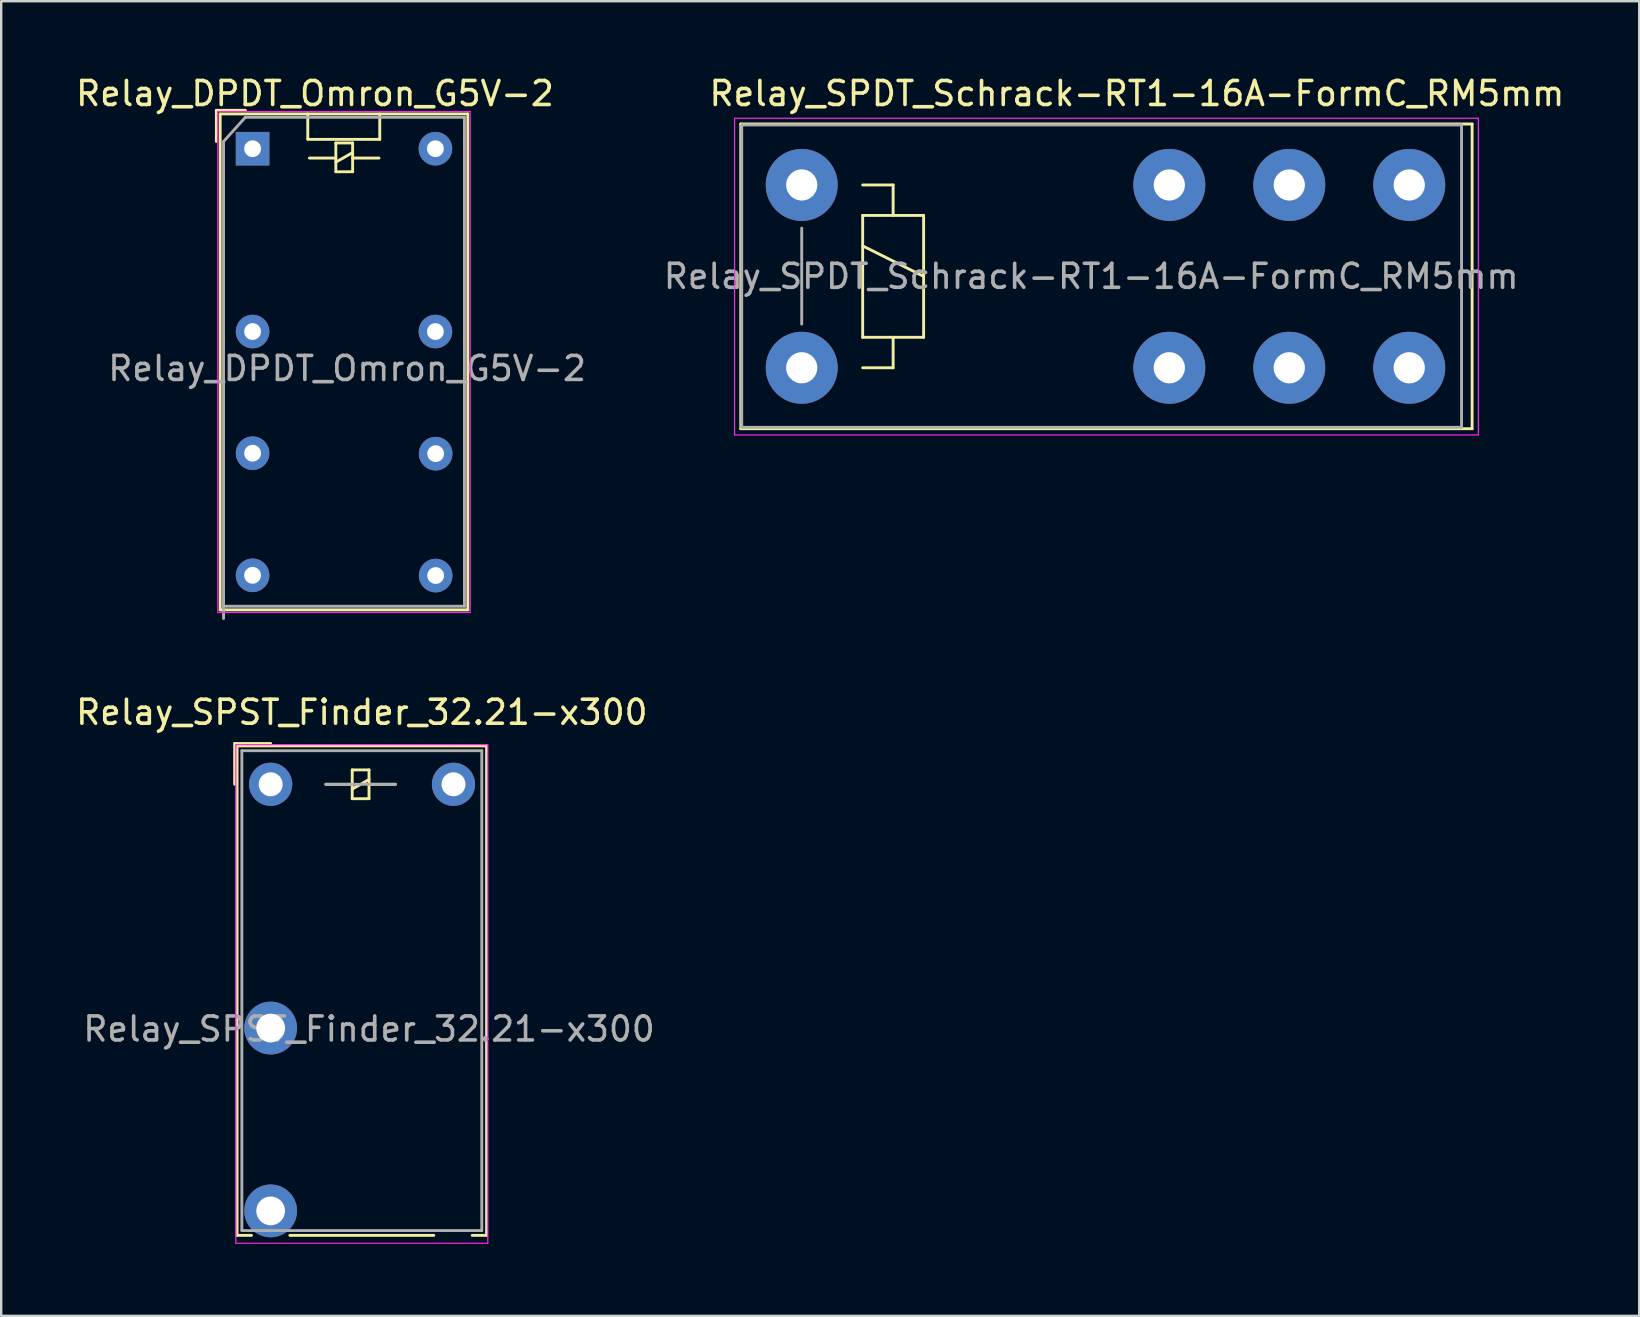
<source format=kicad_pcb>
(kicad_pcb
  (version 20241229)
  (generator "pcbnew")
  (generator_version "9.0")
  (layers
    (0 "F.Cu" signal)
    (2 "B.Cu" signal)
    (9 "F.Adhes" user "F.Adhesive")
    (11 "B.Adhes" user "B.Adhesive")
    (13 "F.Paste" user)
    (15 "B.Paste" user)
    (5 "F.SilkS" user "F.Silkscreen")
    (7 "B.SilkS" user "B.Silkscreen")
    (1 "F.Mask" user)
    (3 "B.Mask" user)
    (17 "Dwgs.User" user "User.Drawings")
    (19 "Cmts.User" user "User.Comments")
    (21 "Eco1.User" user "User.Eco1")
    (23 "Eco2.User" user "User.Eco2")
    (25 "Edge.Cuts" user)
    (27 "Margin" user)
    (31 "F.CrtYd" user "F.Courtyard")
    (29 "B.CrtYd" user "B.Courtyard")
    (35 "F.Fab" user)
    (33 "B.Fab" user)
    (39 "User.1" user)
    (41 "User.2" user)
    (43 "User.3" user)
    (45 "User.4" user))
  (footprint "Relay_SPDT_Schrack-RT1-16A-FormC_RM5mm"
    (layer "F.Cu")
    (at 30.364 4.658)
    (property "Reference" "Relay_SPDT_Schrack-RT1-16A-FormC_RM5mm" (at 13.97 -3.81 0) (layer "F.SilkS") (effects (font (size 1 1) (thickness 0.15))))
    (attr through_hole)
    (fp_line (start -2.54 -2.54) (end 27.94 -2.54) (stroke (width 0.12) (type solid)) (layer "F.SilkS"))
    (fp_line (start -2.54 10.16) (end -2.54 -2.54) (stroke (width 0.12) (type solid)) (layer "F.SilkS"))
    (fp_line (start 2.54 0) (end 3.81 0) (stroke (width 0.12) (type solid)) (layer "F.SilkS"))
    (fp_line (start 2.54 1.27) (end 3.81 1.27) (stroke (width 0.12) (type solid)) (layer "F.SilkS"))
    (fp_line (start 2.54 2.54) (end 5.08 3.81) (stroke (width 0.12) (type solid)) (layer "F.SilkS"))
    (fp_line (start 2.54 6.35) (end 2.54 1.27) (stroke (width 0.12) (type solid)) (layer "F.SilkS"))
    (fp_line (start 3.81 0) (end 3.81 1.27) (stroke (width 0.12) (type solid)) (layer "F.SilkS"))
    (fp_line (start 3.81 1.27) (end 5.08 1.27) (stroke (width 0.12) (type solid)) (layer "F.SilkS"))
    (fp_line (start 3.81 6.35) (end 3.81 7.62) (stroke (width 0.12) (type solid)) (layer "F.SilkS"))
    (fp_line (start 3.81 7.62) (end 2.54 7.62) (stroke (width 0.12) (type solid)) (layer "F.SilkS"))
    (fp_line (start 5.08 1.27) (end 5.08 6.35) (stroke (width 0.12) (type solid)) (layer "F.SilkS"))
    (fp_line (start 5.08 6.35) (end 2.54 6.35) (stroke (width 0.12) (type solid)) (layer "F.SilkS"))
    (fp_line (start 27.94 -2.54) (end 27.94 10.16) (stroke (width 0.12) (type solid)) (layer "F.SilkS"))
    (fp_line (start 27.94 10.16) (end -2.54 10.16) (stroke (width 0.12) (type solid)) (layer "F.SilkS"))
    (fp_line (start -2.8 -2.78) (end 28.2 -2.78) (stroke (width 0.05) (type solid)) (layer "F.CrtYd"))
    (fp_line (start -2.8 10.42) (end -2.8 -2.78) (stroke (width 0.05) (type solid)) (layer "F.CrtYd"))
    (fp_line (start 28.2 -2.78) (end 28.2 10.42) (stroke (width 0.05) (type solid)) (layer "F.CrtYd"))
    (fp_line (start 28.2 10.42) (end -2.8 10.42) (stroke (width 0.05) (type solid)) (layer "F.CrtYd"))
    (fp_line (start -2.5 -2.5) (end 27.5 -2.5) (stroke (width 0.12) (type solid)) (layer "F.Fab"))
    (fp_line (start -2.5 10.1) (end -2.5 -2.5) (stroke (width 0.12) (type solid)) (layer "F.Fab"))
    (fp_line (start 0 1.8) (end 0 5.8) (stroke (width 0.12) (type solid)) (layer "F.Fab"))
    (fp_line (start 27.5 -2.5) (end 27.5 10.1) (stroke (width 0.12) (type solid)) (layer "F.Fab"))
    (fp_line (start 27.5 10.1) (end -2.5 10.1) (stroke (width 0.12) (type solid)) (layer "F.Fab"))
    (fp_text user "${REFERENCE}" (at 12.065 3.81 0) (layer "F.Fab") (effects (font (size 1 1) (thickness 0.15))))
    (pad "11" thru_hole circle (at 20.32 0) (size 3 3) (drill 1.3) (layers "*.Cu" "*.Mask"))
    (pad "11" thru_hole circle (at 20.32 7.62) (size 3 3) (drill 1.3) (layers "*.Cu" "*.Mask"))
    (pad "12" thru_hole circle (at 15.32 0) (size 3 3) (drill 1.3) (layers "*.Cu" "*.Mask"))
    (pad "12" thru_hole circle (at 15.32 7.62) (size 3 3) (drill 1.3) (layers "*.Cu" "*.Mask"))
    (pad "14" thru_hole circle (at 25.32 0) (size 3 3) (drill 1.3) (layers "*.Cu" "*.Mask"))
    (pad "14" thru_hole circle (at 25.32 7.62) (size 3 3) (drill 1.3) (layers "*.Cu" "*.Mask"))
    (pad "A1" thru_hole circle (at 0 0) (size 3 3) (drill 1.3) (layers "*.Cu" "*.Mask"))
    (pad "A2" thru_hole circle (at 0 7.62) (size 3 3) (drill 1.3) (layers "*.Cu" "*.Mask")))
  (footprint "Relay_SPST_Finder_32.21-x300"
    (layer "F.Cu")
    (at 8.23 29.637)
    (property "Reference" "Relay_SPST_Finder_32.21-x300" (at 3.8 -3 0) (layer "F.SilkS") (effects (font (size 1 1) (thickness 0.15))))
    (attr through_hole)
    (fp_line (start -1.5 -1.7) (end 0 -1.7) (stroke (width 0.12) (type solid)) (layer "F.SilkS"))
    (fp_line (start -1.5 0) (end -1.5 -1.7) (stroke (width 0.12) (type solid)) (layer "F.SilkS"))
    (fp_line (start -1.4 -1.6) (end 9 -1.6) (stroke (width 0.12) (type solid)) (layer "F.SilkS"))
    (fp_line (start -1.4 18.8) (end -1.4 -1.6) (stroke (width 0.12) (type solid)) (layer "F.SilkS"))
    (fp_line (start -0.8 18.8) (end -1.4 18.8) (stroke (width 0.12) (type solid)) (layer "F.SilkS"))
    (fp_line (start 3.4 -0.6) (end 3.4 0.6) (stroke (width 0.12) (type solid)) (layer "F.SilkS"))
    (fp_line (start 3.4 0) (end 2.3 0) (stroke (width 0.12) (type solid)) (layer "F.SilkS"))
    (fp_line (start 3.4 0.2) (end 4.1 -0.2) (stroke (width 0.12) (type solid)) (layer "F.SilkS"))
    (fp_line (start 3.4 0.6) (end 4.1 0.6) (stroke (width 0.12) (type solid)) (layer "F.SilkS"))
    (fp_line (start 4.1 -0.6) (end 3.4 -0.6) (stroke (width 0.12) (type solid)) (layer "F.SilkS"))
    (fp_line (start 4.1 0) (end 5.2 0) (stroke (width 0.12) (type solid)) (layer "F.SilkS"))
    (fp_line (start 4.1 0.6) (end 4.1 -0.6) (stroke (width 0.12) (type solid)) (layer "F.SilkS"))
    (fp_line (start 6.8 18.8) (end 0.8 18.8) (stroke (width 0.12) (type solid)) (layer "F.SilkS"))
    (fp_line (start 9 -1.6) (end 9 18.8) (stroke (width 0.12) (type solid)) (layer "F.SilkS"))
    (fp_line (start 9 18.8) (end 8.4 18.8) (stroke (width 0.12) (type solid)) (layer "F.SilkS"))
    (fp_line (start -1.45 -1.65) (end -1.45 19.13) (stroke (width 0.05) (type solid)) (layer "F.CrtYd"))
    (fp_line (start -1.45 -1.65) (end 9.05 -1.65) (stroke (width 0.05) (type solid)) (layer "F.CrtYd"))
    (fp_line (start 9.05 19.13) (end -1.45 19.13) (stroke (width 0.05) (type solid)) (layer "F.CrtYd"))
    (fp_line (start 9.05 19.13) (end 9.05 -1.65) (stroke (width 0.05) (type solid)) (layer "F.CrtYd"))
    (fp_line (start -1.2 -1.4) (end 8.8 -1.4) (stroke (width 0.12) (type solid)) (layer "F.Fab"))
    (fp_line (start -1.2 18.6) (end -1.2 -1.4) (stroke (width 0.12) (type solid)) (layer "F.Fab"))
    (fp_line (start 2.3 0) (end 5.2 0) (stroke (width 0.12) (type solid)) (layer "F.Fab"))
    (fp_line (start 8.8 -1.4) (end 8.8 18.6) (stroke (width 0.12) (type solid)) (layer "F.Fab"))
    (fp_line (start 8.8 18.6) (end -1.2 18.6) (stroke (width 0.12) (type solid)) (layer "F.Fab"))
    (fp_text user "${REFERENCE}" (at 4.1 10.2 0) (layer "F.Fab") (effects (font (size 1 1) (thickness 0.15))))
    (pad "11" thru_hole circle (at 0 10.16) (size 2.2 2.2) (drill 1.2) (layers "*.Cu" "*.Mask"))
    (pad "14" thru_hole circle (at 0 17.78) (size 2.2 2.2) (drill 1.2) (layers "*.Cu" "*.Mask"))
    (pad "A1" thru_hole circle (at 0 0) (size 1.8 1.8) (drill 1) (layers "*.Cu" "*.Mask"))
    (pad "A2" thru_hole circle (at 7.62 0) (size 1.8 1.8) (drill 1) (layers "*.Cu" "*.Mask")))
  (footprint "Relay_DPDT_Omron_G5V-2"
    (layer "F.Cu")
    (at 7.477 3.148)
    (property "Reference" "Relay_DPDT_Omron_G5V-2" (at 2.6 -2.3 0) (layer "F.SilkS") (effects (font (size 1 1) (thickness 0.15))))
    (attr through_hole)
    (fp_line (start -1.51 -1.6) (end -0.3 -1.6) (stroke (width 0.12) (type solid)) (layer "F.SilkS"))
    (fp_line (start -1.51 -0.3) (end -1.51 -1.6) (stroke (width 0.12) (type solid)) (layer "F.SilkS"))
    (fp_line (start -1.35 -1.45) (end -1.35 19.22) (stroke (width 0.12) (type solid)) (layer "F.SilkS"))
    (fp_line (start -1.35 19.22) (end 8.97 19.22) (stroke (width 0.12) (type solid)) (layer "F.SilkS"))
    (fp_line (start 2.3 -1.45) (end 2.3 -0.41) (stroke (width 0.12) (type solid)) (layer "F.SilkS"))
    (fp_line (start 2.3 -0.39) (end 5.3 -0.39) (stroke (width 0.12) (type solid)) (layer "F.SilkS"))
    (fp_line (start 3.47 -0.24) (end 3.47 0.96) (stroke (width 0.12) (type solid)) (layer "F.SilkS"))
    (fp_line (start 3.47 0.39) (end 2.37 0.39) (stroke (width 0.12) (type solid)) (layer "F.SilkS"))
    (fp_line (start 3.47 0.56) (end 4.17 0.16) (stroke (width 0.12) (type solid)) (layer "F.SilkS"))
    (fp_line (start 3.47 0.96) (end 4.17 0.96) (stroke (width 0.12) (type solid)) (layer "F.SilkS"))
    (fp_line (start 4.17 -0.24) (end 3.47 -0.24) (stroke (width 0.12) (type solid)) (layer "F.SilkS"))
    (fp_line (start 4.17 0.39) (end 5.27 0.39) (stroke (width 0.12) (type solid)) (layer "F.SilkS"))
    (fp_line (start 4.17 0.96) (end 4.17 -0.24) (stroke (width 0.12) (type solid)) (layer "F.SilkS"))
    (fp_line (start 5.3 -0.39) (end 5.3 -1.45) (stroke (width 0.12) (type solid)) (layer "F.SilkS"))
    (fp_line (start 8.97 -1.45) (end -1.35 -1.45) (stroke (width 0.12) (type solid)) (layer "F.SilkS"))
    (fp_line (start 8.97 19.22) (end 8.97 -1.45) (stroke (width 0.12) (type solid)) (layer "F.SilkS"))
    (fp_line (start -1.45 -1.55) (end -1.45 19.33) (stroke (width 0.05) (type solid)) (layer "F.CrtYd"))
    (fp_line (start -1.45 -1.55) (end 9.07 -1.55) (stroke (width 0.05) (type solid)) (layer "F.CrtYd"))
    (fp_line (start 9.07 -1.55) (end 9.07 19.33) (stroke (width 0.05) (type solid)) (layer "F.CrtYd"))
    (fp_line (start 9.07 19.33) (end -1.45 19.33) (stroke (width 0.05) (type solid)) (layer "F.CrtYd"))
    (fp_line (start -1.21 -0.3) (end -1.21 19.58) (stroke (width 0.12) (type solid)) (layer "F.Fab"))
    (fp_line (start -1.21 -0.3) (end -0.3 -1.31) (stroke (width 0.12) (type solid)) (layer "F.Fab"))
    (fp_line (start -1.21 19.07) (end 8.83 19.07) (stroke (width 0.12) (type solid)) (layer "F.Fab"))
    (fp_line (start 8.83 -1.31) (end -0.3 -1.31) (stroke (width 0.12) (type solid)) (layer "F.Fab"))
    (fp_line (start 8.83 19.07) (end 8.83 -1.31) (stroke (width 0.12) (type solid)) (layer "F.Fab"))
    (fp_text user "${REFERENCE}" (at 3.94 9.16 0) (layer "F.Fab") (effects (font (size 1 1) (thickness 0.15))))
    (pad "1" thru_hole rect (at 0 0) (size 1.4 1.4) (drill 0.7) (layers "*.Cu" "*.Mask"))
    (pad "4" thru_hole circle (at 0 7.62) (size 1.4 1.4) (drill 0.7) (layers "*.Cu" "*.Mask"))
    (pad "6" thru_hole circle (at 0 12.69) (size 1.4 1.4) (drill 0.7) (layers "*.Cu" "*.Mask"))
    (pad "8" thru_hole circle (at 0 17.78) (size 1.4 1.4) (drill 0.7) (layers "*.Cu" "*.Mask"))
    (pad "9" thru_hole circle (at 7.63 17.79) (size 1.4 1.4) (drill 0.7) (layers "*.Cu" "*.Mask"))
    (pad "11" thru_hole circle (at 7.63 12.71) (size 1.4 1.4) (drill 0.7) (layers "*.Cu" "*.Mask"))
    (pad "13" thru_hole circle (at 7.62 7.62) (size 1.4 1.4) (drill 0.7) (layers "*.Cu" "*.Mask"))
    (pad "16" thru_hole circle (at 7.62 0) (size 1.4 1.4) (drill 0.7) (layers "*.Cu" "*.Mask")))
  (gr_rect
    (start -3 -3)
    (end 65.269 51.791)
    (stroke (width 0.1) (type default))
    (fill no)
    (layer "Edge.Cuts")))
</source>
